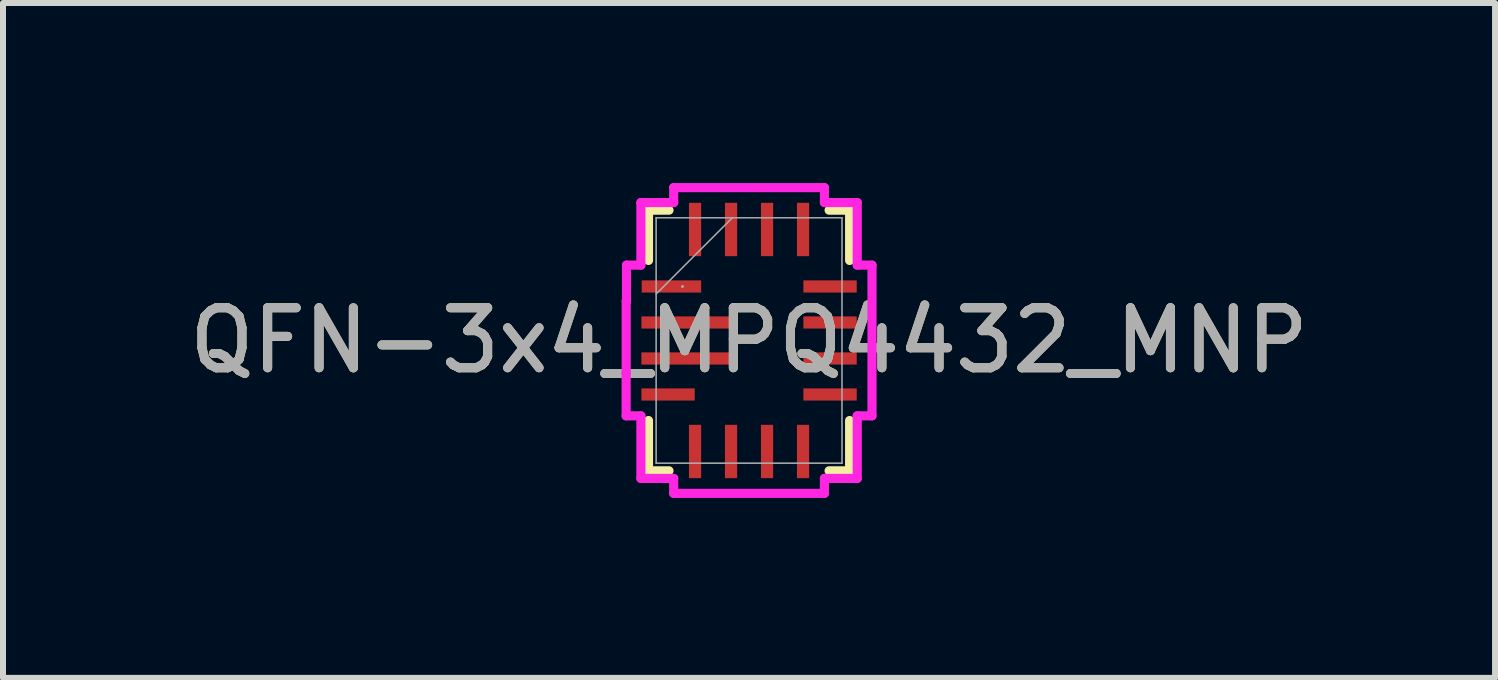
<source format=kicad_pcb>
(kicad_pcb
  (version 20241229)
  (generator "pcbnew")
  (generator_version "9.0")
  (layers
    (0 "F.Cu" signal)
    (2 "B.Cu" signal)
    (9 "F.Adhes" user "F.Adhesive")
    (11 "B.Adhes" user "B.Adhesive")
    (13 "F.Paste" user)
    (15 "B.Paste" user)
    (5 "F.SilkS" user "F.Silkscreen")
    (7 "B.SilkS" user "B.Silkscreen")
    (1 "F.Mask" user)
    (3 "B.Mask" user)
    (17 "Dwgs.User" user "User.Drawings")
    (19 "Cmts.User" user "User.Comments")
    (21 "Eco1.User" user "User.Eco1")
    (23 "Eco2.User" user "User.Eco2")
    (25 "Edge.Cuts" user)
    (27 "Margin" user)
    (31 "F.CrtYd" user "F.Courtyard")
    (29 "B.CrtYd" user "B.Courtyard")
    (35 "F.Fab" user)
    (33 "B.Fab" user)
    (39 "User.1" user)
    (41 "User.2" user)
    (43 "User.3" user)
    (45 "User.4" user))
  (footprint "QFN-3x4_MPQ4432_MNP"
    (layer "F.Cu")
    (at 9.435 2.625)
    (property "Reference" "QFN-3x4_MPQ4432_MNP" (at 0 0 0) (unlocked yes) (layer "F.SilkS") (effects (font (size 1 1) (thickness 0.15))))
    (attr smd)
    (fp_line (start -1.676 -2.172) (end -1.676 -1.334) (stroke (width 0.152) (type solid)) (layer "F.SilkS"))
    (fp_line (start -1.676 1.334) (end -1.676 2.172) (stroke (width 0.152) (type solid)) (layer "F.SilkS"))
    (fp_line (start -1.676 2.172) (end -1.334 2.172) (stroke (width 0.152) (type solid)) (layer "F.SilkS"))
    (fp_line (start -1.334 -2.172) (end -1.676 -2.172) (stroke (width 0.152) (type solid)) (layer "F.SilkS"))
    (fp_line (start 1.334 2.172) (end 1.676 2.172) (stroke (width 0.152) (type solid)) (layer "F.SilkS"))
    (fp_line (start 1.676 -2.172) (end 1.334 -2.172) (stroke (width 0.152) (type solid)) (layer "F.SilkS"))
    (fp_line (start 1.676 -1.334) (end 1.676 -2.172) (stroke (width 0.152) (type solid)) (layer "F.SilkS"))
    (fp_line (start 1.676 2.172) (end 1.676 1.334) (stroke (width 0.152) (type solid)) (layer "F.SilkS"))
    (fp_line (start -2.049 0.544) (end -2.049 1.256) (stroke (width 0.152) (type solid)) (layer "F.CrtYd"))
    (fp_line (start -2.049 1.256) (end -1.803 1.256) (stroke (width 0.152) (type solid)) (layer "F.CrtYd"))
    (fp_line (start -2.048 -0.656) (end -2.048 0.544) (stroke (width 0.152) (type solid)) (layer "F.CrtYd"))
    (fp_line (start -2.048 0.544) (end -2.049 0.544) (stroke (width 0.152) (type solid)) (layer "F.CrtYd"))
    (fp_line (start -2.043 -1.256) (end -2.043 -0.656) (stroke (width 0.152) (type solid)) (layer "F.CrtYd"))
    (fp_line (start -2.043 -0.656) (end -2.048 -0.656) (stroke (width 0.152) (type solid)) (layer "F.CrtYd"))
    (fp_line (start -1.803 -2.299) (end -1.803 -1.256) (stroke (width 0.152) (type solid)) (layer "F.CrtYd"))
    (fp_line (start -1.803 -1.256) (end -2.043 -1.256) (stroke (width 0.152) (type solid)) (layer "F.CrtYd"))
    (fp_line (start -1.803 1.256) (end -1.803 2.299) (stroke (width 0.152) (type solid)) (layer "F.CrtYd"))
    (fp_line (start -1.803 2.299) (end -1.256 2.299) (stroke (width 0.152) (type solid)) (layer "F.CrtYd"))
    (fp_line (start -1.256 -2.548) (end -1.256 -2.299) (stroke (width 0.152) (type solid)) (layer "F.CrtYd"))
    (fp_line (start -1.256 -2.299) (end -1.803 -2.299) (stroke (width 0.152) (type solid)) (layer "F.CrtYd"))
    (fp_line (start -1.256 2.299) (end -1.256 2.548) (stroke (width 0.152) (type solid)) (layer "F.CrtYd"))
    (fp_line (start -1.256 2.548) (end 1.256 2.548) (stroke (width 0.152) (type solid)) (layer "F.CrtYd"))
    (fp_line (start 1.256 -2.548) (end -1.256 -2.548) (stroke (width 0.152) (type solid)) (layer "F.CrtYd"))
    (fp_line (start 1.256 -2.299) (end 1.256 -2.548) (stroke (width 0.152) (type solid)) (layer "F.CrtYd"))
    (fp_line (start 1.256 2.299) (end 1.803 2.299) (stroke (width 0.152) (type solid)) (layer "F.CrtYd"))
    (fp_line (start 1.256 2.548) (end 1.256 2.299) (stroke (width 0.152) (type solid)) (layer "F.CrtYd"))
    (fp_line (start 1.803 -2.299) (end 1.256 -2.299) (stroke (width 0.152) (type solid)) (layer "F.CrtYd"))
    (fp_line (start 1.803 -1.256) (end 1.803 -2.299) (stroke (width 0.152) (type solid)) (layer "F.CrtYd"))
    (fp_line (start 1.803 1.256) (end 2.049 1.256) (stroke (width 0.152) (type solid)) (layer "F.CrtYd"))
    (fp_line (start 1.803 2.299) (end 1.803 1.256) (stroke (width 0.152) (type solid)) (layer "F.CrtYd"))
    (fp_line (start 2.049 -1.256) (end 1.803 -1.256) (stroke (width 0.152) (type solid)) (layer "F.CrtYd"))
    (fp_line (start 2.049 1.256) (end 2.049 -1.256) (stroke (width 0.152) (type solid)) (layer "F.CrtYd"))
    (fp_line (start -1.549 -2.045) (end -1.549 2.045) (stroke (width 0.025) (type solid)) (layer "F.Fab"))
    (fp_line (start -1.549 -0.775) (end -0.279 -2.045) (stroke (width 0.025) (type solid)) (layer "F.Fab"))
    (fp_line (start -1.549 2.045) (end 1.549 2.045) (stroke (width 0.025) (type solid)) (layer "F.Fab"))
    (fp_line (start 1.549 -2.045) (end -1.549 -2.045) (stroke (width 0.025) (type solid)) (layer "F.Fab"))
    (fp_line (start 1.549 2.045) (end 1.549 -2.045) (stroke (width 0.025) (type solid)) (layer "F.Fab"))
    (fp_circle (center -1.109 -0.9) (end -1.109 -0.9) (stroke (width 0.025) (type solid)) (fill no) (layer "F.Fab"))
    (fp_text user "${REFERENCE}" (at 0 0 0) (unlocked yes) (layer "F.Fab") (effects (font (size 1 1) (thickness 0.15))))
    (pad "1" smd rect (at -1.294 -0.9) (size 0.991 0.203) (layers "F.Cu" "F.Mask" "F.Paste"))
    (pad "2" smd rect (at -1.045 -0.3) (size 1.499 0.203) (layers "F.Cu" "F.Mask" "F.Paste"))
    (pad "3" smd rect (at -1.045 0.3) (size 1.499 0.203) (layers "F.Cu" "F.Mask" "F.Paste"))
    (pad "4" smd rect (at -1.35 0.9) (size 0.889 0.203) (layers "F.Cu" "F.Mask" "F.Paste"))
    (pad "5" smd rect (at -0.9 1.85 90) (size 0.889 0.203) (layers "F.Cu" "F.Mask" "F.Paste"))
    (pad "6" smd rect (at -0.3 1.85 90) (size 0.889 0.203) (layers "F.Cu" "F.Mask" "F.Paste"))
    (pad "7" smd rect (at 0.3 1.85 90) (size 0.889 0.203) (layers "F.Cu" "F.Mask" "F.Paste"))
    (pad "8" smd rect (at 0.9 1.85 90) (size 0.889 0.203) (layers "F.Cu" "F.Mask" "F.Paste"))
    (pad "9" smd rect (at 1.35 0.9) (size 0.889 0.203) (layers "F.Cu" "F.Mask" "F.Paste"))
    (pad "10" smd rect (at 1.35 0.3) (size 0.889 0.203) (layers "F.Cu" "F.Mask" "F.Paste"))
    (pad "11" smd rect (at 1.35 -0.3) (size 0.889 0.203) (layers "F.Cu" "F.Mask" "F.Paste"))
    (pad "12" smd rect (at 1.35 -0.9) (size 0.889 0.203) (layers "F.Cu" "F.Mask" "F.Paste"))
    (pad "13" smd rect (at 0.9 -1.85 90) (size 0.889 0.203) (layers "F.Cu" "F.Mask" "F.Paste"))
    (pad "14" smd rect (at 0.3 -1.85 90) (size 0.889 0.203) (layers "F.Cu" "F.Mask" "F.Paste"))
    (pad "15" smd rect (at -0.3 -1.85 90) (size 0.889 0.203) (layers "F.Cu" "F.Mask" "F.Paste"))
    (pad "16" smd rect (at -0.9 -1.85 90) (size 0.889 0.203) (layers "F.Cu" "F.Mask" "F.Paste")))
  (gr_rect
    (start -3 -3)
    (end 21.869 8.249)
    (stroke (width 0.1) (type default))
    (fill no)
    (layer "Edge.Cuts")))
</source>
